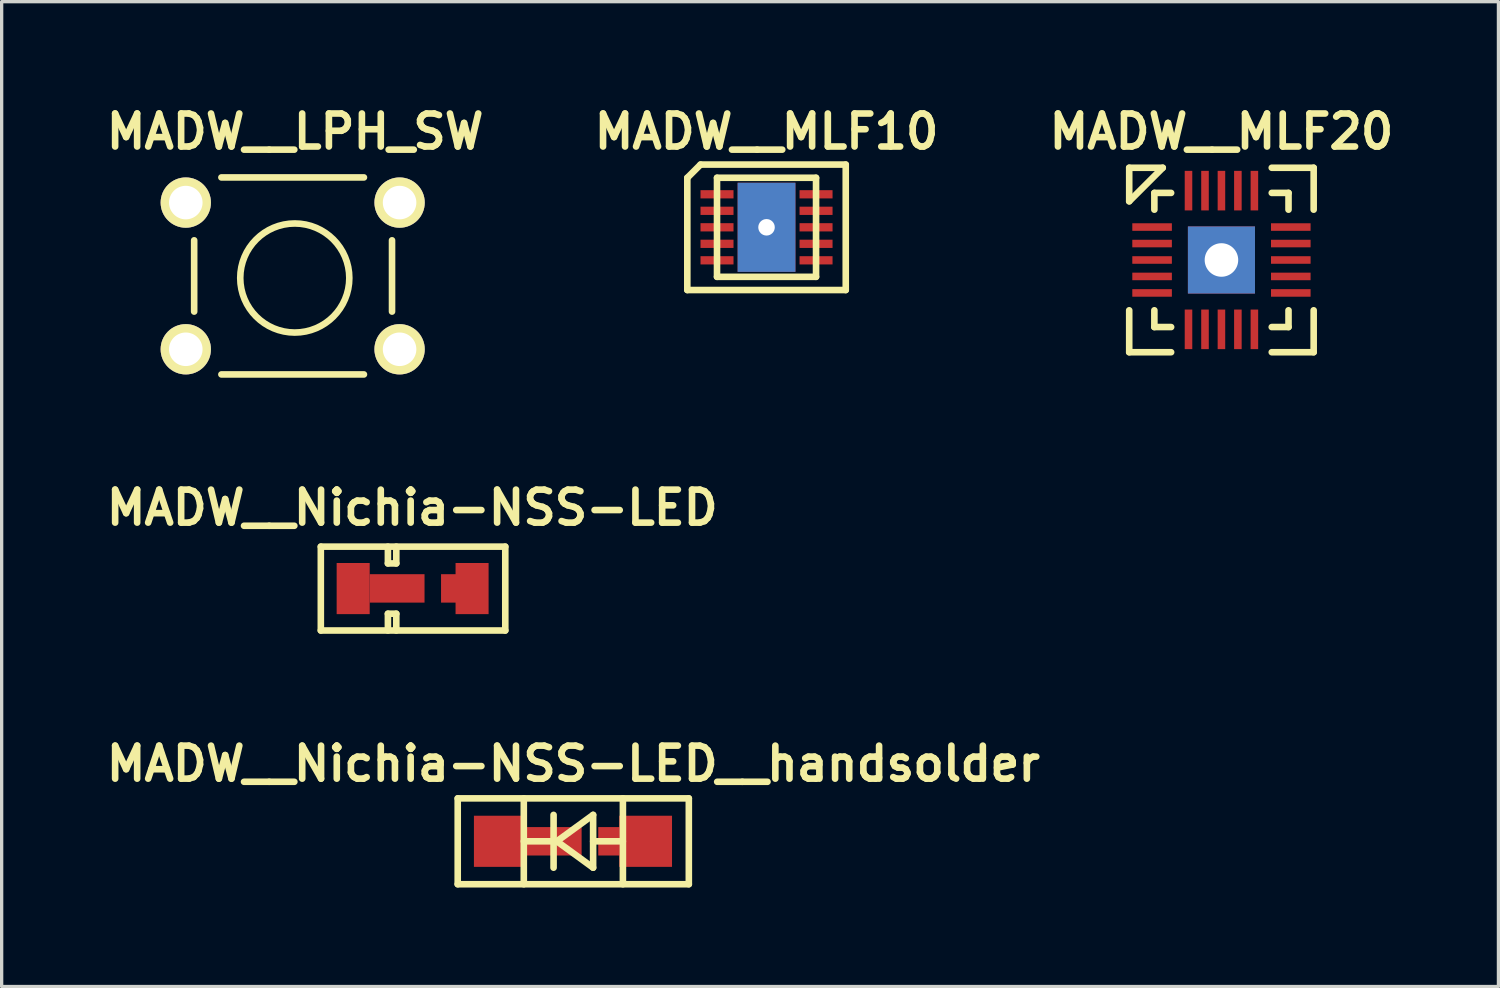
<source format=kicad_pcb>
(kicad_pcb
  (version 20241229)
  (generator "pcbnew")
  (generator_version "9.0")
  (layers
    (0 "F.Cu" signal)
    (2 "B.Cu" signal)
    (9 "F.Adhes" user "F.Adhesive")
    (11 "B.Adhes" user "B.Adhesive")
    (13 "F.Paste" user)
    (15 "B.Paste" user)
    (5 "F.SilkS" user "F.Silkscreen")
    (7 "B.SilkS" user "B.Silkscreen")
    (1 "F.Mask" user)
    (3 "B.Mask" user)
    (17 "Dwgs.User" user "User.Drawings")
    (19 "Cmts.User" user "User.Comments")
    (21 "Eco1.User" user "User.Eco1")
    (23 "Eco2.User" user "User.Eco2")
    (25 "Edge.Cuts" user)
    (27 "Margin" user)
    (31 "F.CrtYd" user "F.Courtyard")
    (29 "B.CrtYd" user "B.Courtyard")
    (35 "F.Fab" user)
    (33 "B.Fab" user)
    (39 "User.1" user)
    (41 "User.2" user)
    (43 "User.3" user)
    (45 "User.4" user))
  (footprint "MADW__LPH_SW"
    (layer "F.Cu")
    (at 5.88 5.436)
    (property "Reference" "MADW__LPH_SW" (at 0.01 -4.5 0) (layer "F.SilkS") (effects (font (size 1 1) (thickness 0.2))))
    (attr through_hole)
    (fp_line (start -3.048 -1.206) (end -3.048 0.953) (stroke (width 0.2) (type solid)) (layer "F.SilkS"))
    (fp_line (start -2.223 -3.111) (end 2.095 -3.111) (stroke (width 0.2) (type solid)) (layer "F.SilkS"))
    (fp_line (start -2.223 2.857) (end 2.095 2.857) (stroke (width 0.2) (type solid)) (layer "F.SilkS"))
    (fp_line (start 2.946 -1.206) (end 2.946 0.953) (stroke (width 0.2) (type solid)) (layer "F.SilkS"))
    (fp_circle (center 0 -0.064) (end 1.651 0) (stroke (width 0.2) (type solid)) (fill no) (layer "F.SilkS"))
    (pad "1" thru_hole circle (at -3.302 -2.349) (size 1.524 1.524) (drill 1.016) (layers "*.Cu" "*.Mask" "F.SilkS"))
    (pad "2" thru_hole circle (at 3.175 -2.349) (size 1.524 1.524) (drill 1.016) (layers "*.Cu" "*.Mask" "F.SilkS"))
    (pad "3" thru_hole circle (at -3.302 2.095) (size 1.524 1.524) (drill 1.016) (layers "*.Cu" "*.Mask" "F.SilkS"))
    (pad "4" thru_hole circle (at 3.175 2.095) (size 1.524 1.524) (drill 1.016) (layers "*.Cu" "*.Mask" "F.SilkS")))
  (footprint "MADW__Nichia-NSS-LED"
    (layer "F.Cu")
    (at 9.463 14.78)
    (property "Reference" "MADW__Nichia-NSS-LED" (at -0.025 -2.45 0) (layer "F.SilkS") (effects (font (size 1 1) (thickness 0.2))))
    (attr through_hole)
    (fp_line (start -2.794 -1.27) (end 2.794 -1.27) (stroke (width 0.2) (type solid)) (layer "F.SilkS"))
    (fp_line (start -2.794 1.27) (end -2.794 -1.27) (stroke (width 0.2) (type solid)) (layer "F.SilkS"))
    (fp_line (start -0.762 -1.27) (end -0.762 -0.762) (stroke (width 0.2) (type solid)) (layer "F.SilkS"))
    (fp_line (start -0.762 -0.762) (end -0.508 -0.762) (stroke (width 0.2) (type solid)) (layer "F.SilkS"))
    (fp_line (start -0.762 0.762) (end -0.508 0.762) (stroke (width 0.2) (type solid)) (layer "F.SilkS"))
    (fp_line (start -0.762 1.27) (end -0.762 0.762) (stroke (width 0.2) (type solid)) (layer "F.SilkS"))
    (fp_line (start -0.508 -0.762) (end -0.508 -1.27) (stroke (width 0.2) (type solid)) (layer "F.SilkS"))
    (fp_line (start -0.508 0.762) (end -0.508 1.27) (stroke (width 0.2) (type solid)) (layer "F.SilkS"))
    (fp_line (start 2.794 -1.27) (end 2.794 1.27) (stroke (width 0.2) (type solid)) (layer "F.SilkS"))
    (fp_line (start 2.794 1.27) (end -2.794 1.27) (stroke (width 0.2) (type solid)) (layer "F.SilkS"))
    (pad "1" smd rect (at 1.168 -0.005) (size 0.64 0.861) (layers "F.Cu" "F.Mask" "F.Paste"))
    (pad "1" smd rect (at 1.788 0) (size 1.001 1.549) (layers "F.Cu" "F.Mask" "F.Paste"))
    (pad "2" smd rect (at -1.814 0) (size 1.001 1.549) (layers "F.Cu" "F.Mask" "F.Paste"))
    (pad "2" smd rect (at -0.483 -0.005) (size 1.661 0.861) (layers "F.Cu" "F.Mask" "F.Paste")))
  (footprint "MADW__MLF10"
    (layer "F.Cu")
    (at 20.171 3.836)
    (property "Reference" "MADW__MLF10" (at 0 -2.9 0) (layer "F.SilkS") (effects (font (size 1 1) (thickness 0.2))))
    (attr smd)
    (fp_line (start -2.4 -1.5) (end -2.4 1.9) (stroke (width 0.2) (type solid)) (layer "F.SilkS"))
    (fp_line (start -2 -1.9) (end -2.4 -1.5) (stroke (width 0.2) (type solid)) (layer "F.SilkS"))
    (fp_line (start -2 -1.9) (end 2.4 -1.9) (stroke (width 0.2) (type solid)) (layer "F.SilkS"))
    (fp_line (start -1.5 -1.5) (end 1.5 -1.5) (stroke (width 0.2) (type solid)) (layer "F.SilkS"))
    (fp_line (start -1.5 1.5) (end -1.5 -1.5) (stroke (width 0.2) (type solid)) (layer "F.SilkS"))
    (fp_line (start 1.5 -1.5) (end 1.5 1.5) (stroke (width 0.2) (type solid)) (layer "F.SilkS"))
    (fp_line (start 1.5 1.5) (end -1.5 1.5) (stroke (width 0.2) (type solid)) (layer "F.SilkS"))
    (fp_line (start 2.4 -1.9) (end 2.4 1.9) (stroke (width 0.2) (type solid)) (layer "F.SilkS"))
    (fp_line (start 2.4 1.9) (end -2.4 1.9) (stroke (width 0.2) (type solid)) (layer "F.SilkS"))
    (pad "1" smd rect (at -1.5 -1) (size 1 0.25) (layers "F.Cu" "F.Mask" "F.Paste"))
    (pad "2" smd rect (at -1.5 -0.5) (size 1 0.25) (layers "F.Cu" "F.Mask" "F.Paste"))
    (pad "3" smd rect (at -1.5 0) (size 1 0.25) (layers "F.Cu" "F.Mask" "F.Paste"))
    (pad "4" smd rect (at -1.5 0.5) (size 1 0.25) (layers "F.Cu" "F.Mask" "F.Paste"))
    (pad "5" smd rect (at -1.5 1) (size 1 0.25) (layers "F.Cu" "F.Mask" "F.Paste"))
    (pad "6" smd rect (at 1.5 1) (size 1 0.25) (layers "F.Cu" "F.Mask" "F.Paste"))
    (pad "7" smd rect (at 1.5 0.5) (size 1 0.25) (layers "F.Cu" "F.Mask" "F.Paste"))
    (pad "8" smd rect (at 1.5 0) (size 1 0.25) (layers "F.Cu" "F.Mask" "F.Paste"))
    (pad "9" smd rect (at 1.5 -0.5) (size 1 0.25) (layers "F.Cu" "F.Mask" "F.Paste"))
    (pad "10" smd rect (at 1.5 -1) (size 1 0.25) (layers "F.Cu" "F.Mask" "F.Paste"))
    (pad "PAD" thru_hole rect (at 0 0) (size 1.75 2.7) (drill 0.5) (layers "*.Cu" "*.Mask")))
  (footprint "MADW__MLF20"
    (layer "F.Cu")
    (at 33.952 4.826)
    (property "Reference" "MADW__MLF20" (at 0 -3.89 0) (layer "F.SilkS") (effects (font (size 1 1) (thickness 0.2))))
    (attr smd)
    (fp_line (start -2.794 -2.794) (end -2.794 -1.778) (stroke (width 0.2) (type solid)) (layer "F.SilkS"))
    (fp_line (start -2.794 -1.778) (end -1.778 -2.794) (stroke (width 0.2) (type solid)) (layer "F.SilkS"))
    (fp_line (start -2.794 1.524) (end -2.794 2.794) (stroke (width 0.2) (type solid)) (layer "F.SilkS"))
    (fp_line (start -2.794 2.794) (end -1.524 2.794) (stroke (width 0.2) (type solid)) (layer "F.SilkS"))
    (fp_line (start -2.032 -2.032) (end -1.524 -2.032) (stroke (width 0.2) (type solid)) (layer "F.SilkS"))
    (fp_line (start -2.032 -1.524) (end -2.032 -2.032) (stroke (width 0.2) (type solid)) (layer "F.SilkS"))
    (fp_line (start -2.032 2.032) (end -2.032 1.524) (stroke (width 0.2) (type solid)) (layer "F.SilkS"))
    (fp_line (start -1.778 -2.794) (end -2.794 -2.794) (stroke (width 0.2) (type solid)) (layer "F.SilkS"))
    (fp_line (start -1.524 2.032) (end -2.032 2.032) (stroke (width 0.2) (type solid)) (layer "F.SilkS"))
    (fp_line (start 1.524 -2.032) (end 2.032 -2.032) (stroke (width 0.2) (type solid)) (layer "F.SilkS"))
    (fp_line (start 1.524 2.032) (end 2.032 2.032) (stroke (width 0.2) (type solid)) (layer "F.SilkS"))
    (fp_line (start 1.524 2.794) (end 2.794 2.794) (stroke (width 0.2) (type solid)) (layer "F.SilkS"))
    (fp_line (start 2.032 -2.032) (end 2.032 -1.524) (stroke (width 0.2) (type solid)) (layer "F.SilkS"))
    (fp_line (start 2.032 2.032) (end 2.032 1.524) (stroke (width 0.2) (type solid)) (layer "F.SilkS"))
    (fp_line (start 2.794 -2.794) (end 1.524 -2.794) (stroke (width 0.2) (type solid)) (layer "F.SilkS"))
    (fp_line (start 2.794 -1.524) (end 2.794 -2.794) (stroke (width 0.2) (type solid)) (layer "F.SilkS"))
    (fp_line (start 2.794 2.794) (end 2.794 1.524) (stroke (width 0.2) (type solid)) (layer "F.SilkS"))
    (pad "1" smd rect (at -2.101 -0.998) (size 1.199 0.229) (layers "F.Cu" "F.Mask" "F.Paste"))
    (pad "2" smd rect (at -2.101 -0.498) (size 1.199 0.229) (layers "F.Cu" "F.Mask" "F.Paste"))
    (pad "3" smd rect (at -2.101 0) (size 1.199 0.229) (layers "F.Cu" "F.Mask" "F.Paste"))
    (pad "4" smd rect (at -2.101 0.498) (size 1.199 0.229) (layers "F.Cu" "F.Mask" "F.Paste"))
    (pad "5" smd rect (at -2.101 0.998) (size 1.199 0.229) (layers "F.Cu" "F.Mask" "F.Paste"))
    (pad "6" smd rect (at -0.998 2.101) (size 0.229 1.199) (layers "F.Cu" "F.Mask" "F.Paste"))
    (pad "7" smd rect (at -0.498 2.101) (size 0.229 1.199) (layers "F.Cu" "F.Mask" "F.Paste"))
    (pad "8" smd rect (at 0 2.101) (size 0.229 1.199) (layers "F.Cu" "F.Mask" "F.Paste"))
    (pad "9" smd rect (at 0.498 2.101) (size 0.229 1.199) (layers "F.Cu" "F.Mask" "F.Paste"))
    (pad "10" smd rect (at 0.998 2.101) (size 0.229 1.199) (layers "F.Cu" "F.Mask" "F.Paste"))
    (pad "11" smd rect (at 2.101 0.998) (size 1.199 0.229) (layers "F.Cu" "F.Mask" "F.Paste"))
    (pad "12" smd rect (at 2.101 0.498) (size 1.199 0.229) (layers "F.Cu" "F.Mask" "F.Paste"))
    (pad "13" smd rect (at 2.101 0) (size 1.199 0.229) (layers "F.Cu" "F.Mask" "F.Paste"))
    (pad "14" smd rect (at 2.101 -0.498) (size 1.199 0.229) (layers "F.Cu" "F.Mask" "F.Paste"))
    (pad "15" smd rect (at 2.101 -0.998) (size 1.199 0.229) (layers "F.Cu" "F.Mask" "F.Paste"))
    (pad "16" smd rect (at 0.998 -2.101) (size 0.229 1.199) (layers "F.Cu" "F.Mask" "F.Paste"))
    (pad "17" smd rect (at 0.498 -2.101) (size 0.229 1.199) (layers "F.Cu" "F.Mask" "F.Paste"))
    (pad "18" smd rect (at 0 -2.101) (size 0.229 1.199) (layers "F.Cu" "F.Mask" "F.Paste"))
    (pad "19" smd rect (at -0.498 -2.101) (size 0.229 1.199) (layers "F.Cu" "F.Mask" "F.Paste"))
    (pad "20" smd rect (at -0.998 -2.101) (size 0.229 1.199) (layers "F.Cu" "F.Mask" "F.Paste"))
    (pad "21" thru_hole rect (at 0 0) (size 2.032 2.032) (drill 1.016) (layers "*.Cu" "*.Mask")))
  (footprint "MADW__Nichia-NSS-LED__handsolder"
    (layer "F.Cu")
    (at 14.319 22.436)
    (property "Reference" "MADW__Nichia-NSS-LED__handsolder" (at 0 -2.35 0) (layer "F.SilkS") (effects (font (size 1 1) (thickness 0.2))))
    (attr through_hole)
    (fp_line (start -3.503 -1.3) (end 3.498 -1.3) (stroke (width 0.2) (type solid)) (layer "F.SilkS"))
    (fp_line (start -3.503 1.3) (end -3.503 -1.3) (stroke (width 0.2) (type solid)) (layer "F.SilkS"))
    (fp_line (start -1.501 -1.3) (end -1.501 1.3) (stroke (width 0.2) (type solid)) (layer "F.SilkS"))
    (fp_line (start -0.6 0) (end -1.5 0) (stroke (width 0.2) (type solid)) (layer "F.SilkS"))
    (fp_line (start -0.599 0) (end -0.599 -0.8) (stroke (width 0.2) (type solid)) (layer "F.SilkS"))
    (fp_line (start -0.599 0) (end -0.599 0.8) (stroke (width 0.2) (type solid)) (layer "F.SilkS"))
    (fp_line (start -0.5 0) (end 0.599 -0.8) (stroke (width 0.2) (type solid)) (layer "F.SilkS"))
    (fp_line (start 0.599 -0.8) (end 0.599 0.8) (stroke (width 0.2) (type solid)) (layer "F.SilkS"))
    (fp_line (start 0.599 0.8) (end -0.5 0) (stroke (width 0.2) (type solid)) (layer "F.SilkS"))
    (fp_line (start 0.6 0) (end 1.5 0) (stroke (width 0.2) (type solid)) (layer "F.SilkS"))
    (fp_line (start 1.501 -1.3) (end 1.501 1.3) (stroke (width 0.2) (type solid)) (layer "F.SilkS"))
    (fp_line (start 3.498 -1.3) (end 3.498 1.3) (stroke (width 0.2) (type solid)) (layer "F.SilkS"))
    (fp_line (start 3.498 1.3) (end -3.503 1.3) (stroke (width 0.2) (type solid)) (layer "F.SilkS"))
    (pad "1" smd rect (at 1.079 0) (size 0.65 0.861) (layers "F.Cu" "F.Mask" "F.Paste"))
    (pad "1" smd rect (at 2.189 0) (size 1.6 1.549) (layers "F.Cu" "F.Mask" "F.Paste"))
    (pad "2" smd rect (at -2.212 0) (size 1.6 1.549) (layers "F.Cu" "F.Mask" "F.Paste"))
    (pad "2" smd rect (at -0.599 0) (size 1.699 0.861) (layers "F.Cu" "F.Mask" "F.Paste")))
  (gr_rect
    (start -3 -3)
    (end 42.343 26.836)
    (stroke (width 0.1) (type default))
    (fill no)
    (layer "Edge.Cuts")))
</source>
